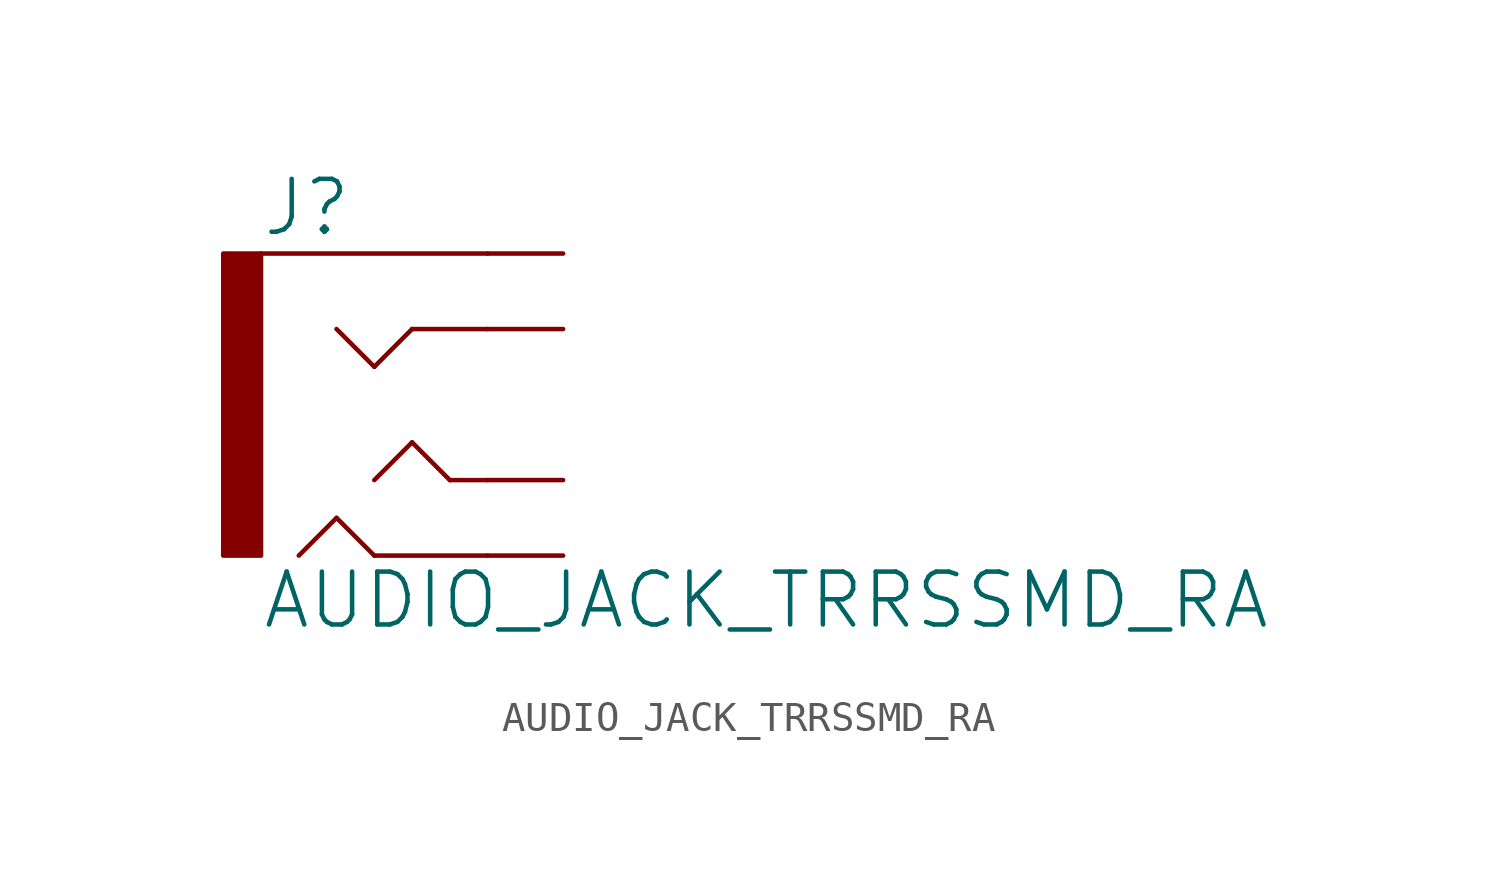
<source format=kicad_sym>
(kicad_symbol_lib
  (version 20211014)
  (generator kicad_symbol_editor)
  (symbol "AUDIO_JACK_TRRSSMD_RA"
    (property "Reference" "J"
      (at -5.08 5.588 0)
      (effects (font (size 1.778 1.778)) (justify left bottom)))
    (property "Value" "AUDIO_JACK_TRRSSMD_RA"
      (at -5.08 -7.62 0)
      (effects (font (size 1.778 1.778)) (justify left bottom)))
    (property "ki_locked" ""
      (at 0 0 0)
      (effects (font (size 1.27 1.27))))
    (symbol "AUDIO_JACK_TRRSSMD_RA_1_0"
      (rectangle (start -6.35 -5.08) (end -5.08 5.08) (stroke (width 0) (type default) (color 0 0 0 0)) (fill (type outline)))
      (polyline (pts (xy -3.81 -5.08) (xy -2.54 -3.81)) (stroke (width 0.152) (type default) (color 0 0 0 0)) (fill (type none)))
      (polyline (pts (xy -2.54 -3.81) (xy -1.27 -5.08)) (stroke (width 0.152) (type default) (color 0 0 0 0)) (fill (type none)))
      (polyline (pts (xy -1.27 -5.08) (xy 2.54 -5.08)) (stroke (width 0.152) (type default) (color 0 0 0 0)) (fill (type none)))
      (polyline (pts (xy -1.27 -2.54) (xy 0 -1.27)) (stroke (width 0.152) (type default) (color 0 0 0 0)) (fill (type none)))
      (polyline (pts (xy -1.27 1.27) (xy -2.54 2.54)) (stroke (width 0.152) (type default) (color 0 0 0 0)) (fill (type none)))
      (polyline (pts (xy 0 -1.27) (xy 1.27 -2.54)) (stroke (width 0.152) (type default) (color 0 0 0 0)) (fill (type none)))
      (polyline (pts (xy 0 2.54) (xy -1.27 1.27)) (stroke (width 0.152) (type default) (color 0 0 0 0)) (fill (type none)))
      (polyline (pts (xy 1.27 -2.54) (xy 2.54 -2.54)) (stroke (width 0.152) (type default) (color 0 0 0 0)) (fill (type none)))
      (polyline (pts (xy 2.54 2.54) (xy 0 2.54)) (stroke (width 0.152) (type default) (color 0 0 0 0)) (fill (type none)))
      (polyline (pts (xy 2.54 5.08) (xy -5.08 5.08)) (stroke (width 0.152) (type default) (color 0 0 0 0)) (fill (type none)))
      (pin bidirectional line (at 5.08 5.08 180) (length 2.54) (name "EARTH" (effects (font (size 0 0)))) (number "EARTH" (effects (font (size 0 0)))))
      (pin bidirectional line (at 5.08 2.54 180) (length 2.54) (name "RING1" (effects (font (size 0 0)))) (number "RING1" (effects (font (size 0 0)))))
      (pin bidirectional line (at 5.08 -5.08 180) (length 2.54) (name "RING2" (effects (font (size 0 0)))) (number "RING2" (effects (font (size 0 0)))))
      (pin bidirectional line (at 5.08 -2.54 180) (length 2.54) (name "TIP" (effects (font (size 0 0)))) (number "TIP" (effects (font (size 0 0))))))))
</source>
